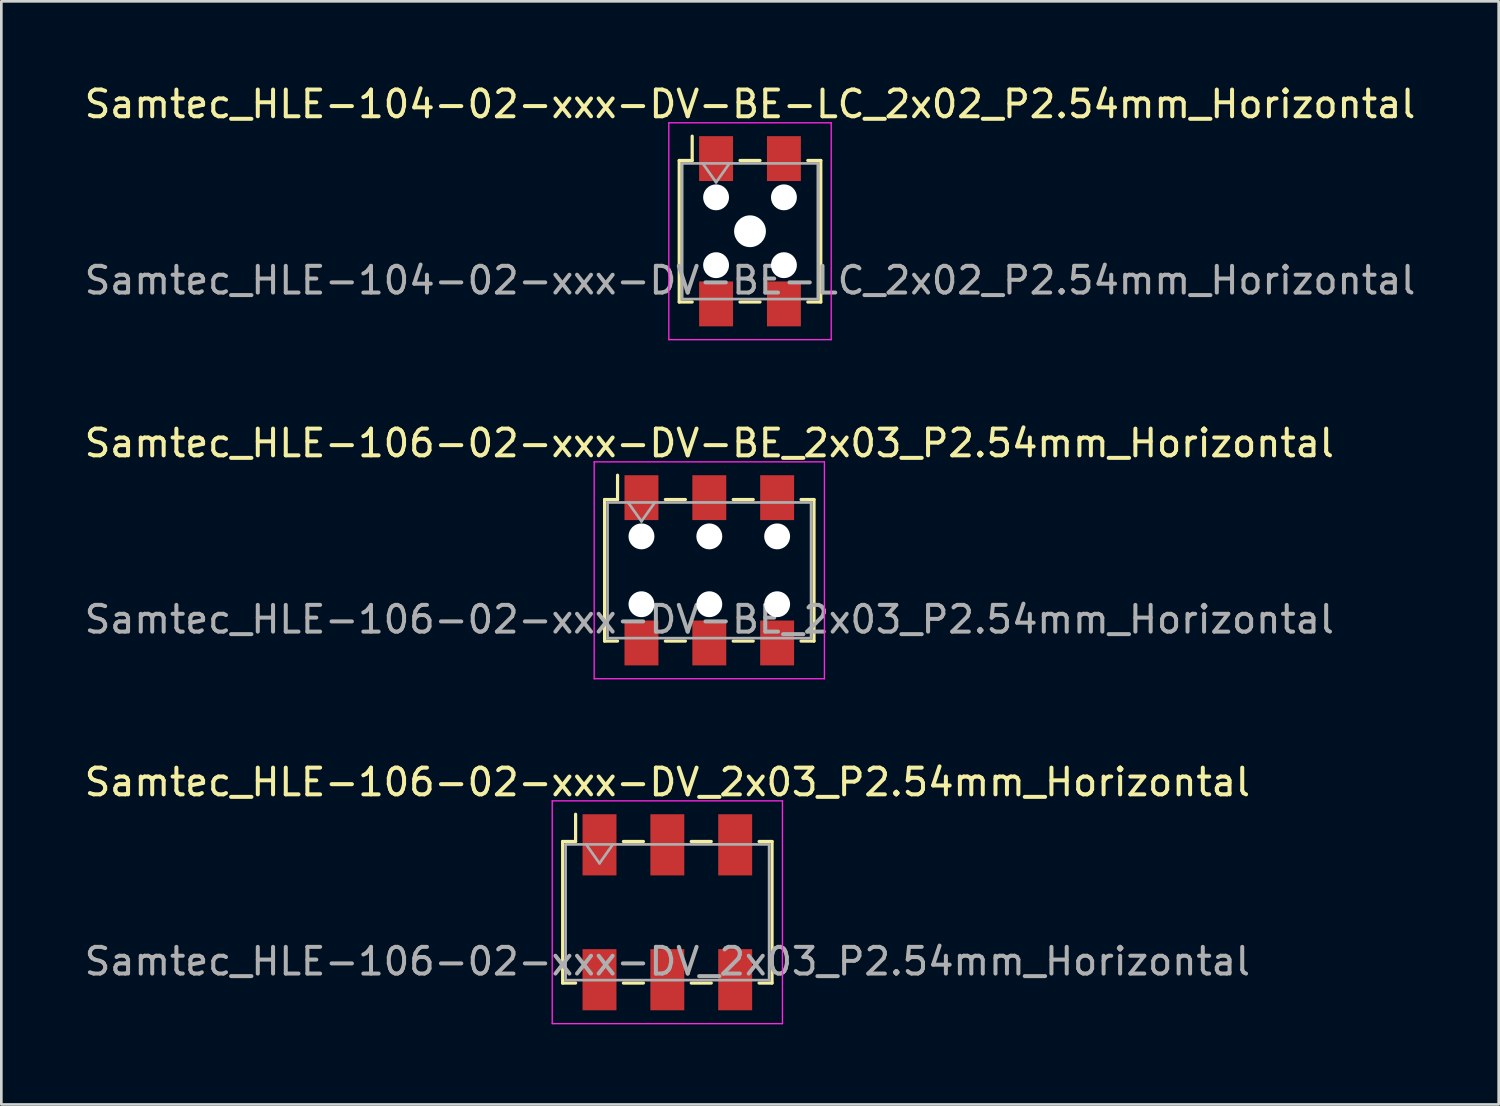
<source format=kicad_pcb>
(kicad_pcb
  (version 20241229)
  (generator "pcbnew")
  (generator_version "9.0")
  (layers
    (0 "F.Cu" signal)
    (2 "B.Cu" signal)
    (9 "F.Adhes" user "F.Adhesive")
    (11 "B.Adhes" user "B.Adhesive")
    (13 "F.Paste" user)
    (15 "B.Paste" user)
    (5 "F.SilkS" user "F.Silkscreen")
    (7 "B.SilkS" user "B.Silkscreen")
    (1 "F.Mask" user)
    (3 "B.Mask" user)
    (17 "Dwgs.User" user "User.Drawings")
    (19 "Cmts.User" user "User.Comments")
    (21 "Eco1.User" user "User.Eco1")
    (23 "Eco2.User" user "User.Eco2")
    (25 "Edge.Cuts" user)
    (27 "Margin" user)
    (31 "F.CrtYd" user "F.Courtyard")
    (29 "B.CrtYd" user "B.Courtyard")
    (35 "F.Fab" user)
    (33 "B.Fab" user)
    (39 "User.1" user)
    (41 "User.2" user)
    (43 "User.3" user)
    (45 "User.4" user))
  (footprint "Samtec_HLE-104-02-xxx-DV-BE-LC_2x02_P2.54mm_Horizontal"
    (layer "F.Cu")
    (at 25.03 5.608)
    (property "Reference" "Samtec_HLE-104-02-xxx-DV-BE-LC_2x02_P2.54mm_Horizontal" (at 0 -4.76 0) (layer "F.SilkS") (effects (font (size 1 1) (thickness 0.15))))
    (attr smd)
    (fp_line (start -2.65 -2.65) (end -2.65 2.65) (stroke (width 0.12) (type solid)) (layer "F.SilkS"))
    (fp_line (start -2.65 2.65) (end -2.165 2.65) (stroke (width 0.12) (type solid)) (layer "F.SilkS"))
    (fp_line (start -2.165 -3.56) (end -2.165 -2.65) (stroke (width 0.12) (type solid)) (layer "F.SilkS"))
    (fp_line (start -2.165 -2.65) (end -2.65 -2.65) (stroke (width 0.12) (type solid)) (layer "F.SilkS"))
    (fp_line (start -0.375 -2.65) (end 0.375 -2.65) (stroke (width 0.12) (type solid)) (layer "F.SilkS"))
    (fp_line (start -0.375 2.65) (end 0.375 2.65) (stroke (width 0.12) (type solid)) (layer "F.SilkS"))
    (fp_line (start 2.165 -2.65) (end 2.65 -2.65) (stroke (width 0.12) (type solid)) (layer "F.SilkS"))
    (fp_line (start 2.65 -2.65) (end 2.65 2.65) (stroke (width 0.12) (type solid)) (layer "F.SilkS"))
    (fp_line (start 2.65 2.65) (end 2.165 2.65) (stroke (width 0.12) (type solid)) (layer "F.SilkS"))
    (fp_line (start -3.04 -4.06) (end 3.04 -4.06) (stroke (width 0.05) (type solid)) (layer "F.CrtYd"))
    (fp_line (start -3.04 4.06) (end -3.04 -4.06) (stroke (width 0.05) (type solid)) (layer "F.CrtYd"))
    (fp_line (start 3.04 -4.06) (end 3.04 4.06) (stroke (width 0.05) (type solid)) (layer "F.CrtYd"))
    (fp_line (start 3.04 4.06) (end -3.04 4.06) (stroke (width 0.05) (type solid)) (layer "F.CrtYd"))
    (fp_line (start -2.54 -2.54) (end 2.54 -2.54) (stroke (width 0.1) (type solid)) (layer "F.Fab"))
    (fp_line (start -2.54 2.54) (end -2.54 -2.54) (stroke (width 0.1) (type solid)) (layer "F.Fab"))
    (fp_line (start -1.77 -2.54) (end -1.27 -1.833) (stroke (width 0.1) (type solid)) (layer "F.Fab"))
    (fp_line (start -1.27 -1.833) (end -0.77 -2.54) (stroke (width 0.1) (type solid)) (layer "F.Fab"))
    (fp_line (start 2.54 -2.54) (end 2.54 2.54) (stroke (width 0.1) (type solid)) (layer "F.Fab"))
    (fp_line (start 2.54 2.54) (end -2.54 2.54) (stroke (width 0.1) (type solid)) (layer "F.Fab"))
    (fp_text user "${REFERENCE}" (at 0 1.84 0) (layer "F.Fab") (effects (font (size 1 1) (thickness 0.15))))
    (pad "" np_thru_hole circle (at -1.27 -1.27) (size 0.97 0.97) (drill 0.97) (layers "*.Cu" "*.Mask"))
    (pad "" np_thru_hole circle (at -1.27 1.27) (size 0.97 0.97) (drill 0.97) (layers "*.Cu" "*.Mask"))
    (pad "" np_thru_hole circle (at 0 0) (size 1.19 1.19) (drill 1.19) (layers "*.Cu" "*.Mask"))
    (pad "" np_thru_hole circle (at 1.27 -1.27) (size 0.97 0.97) (drill 0.97) (layers "*.Cu" "*.Mask"))
    (pad "" np_thru_hole circle (at 1.27 1.27) (size 0.97 0.97) (drill 0.97) (layers "*.Cu" "*.Mask"))
    (pad "1" smd rect (at -1.27 -2.72) (size 1.27 1.68) (layers "F.Cu" "F.Mask" "F.Paste"))
    (pad "2" smd rect (at -1.27 2.72) (size 1.27 1.68) (layers "F.Cu" "F.Mask" "F.Paste"))
    (pad "3" smd rect (at 1.27 -2.72) (size 1.27 1.68) (layers "F.Cu" "F.Mask" "F.Paste"))
    (pad "4" smd rect (at 1.27 2.72) (size 1.27 1.68) (layers "F.Cu" "F.Mask" "F.Paste")))
  (footprint "Samtec_HLE-106-02-xxx-DV_2x03_P2.54mm_Horizontal"
    (layer "F.Cu")
    (at 21.935 31.105)
    (property "Reference" "Samtec_HLE-106-02-xxx-DV_2x03_P2.54mm_Horizontal" (at 0 -4.87 0) (layer "F.SilkS") (effects (font (size 1 1) (thickness 0.15))))
    (attr smd)
    (fp_line (start -3.92 -2.65) (end -3.92 2.65) (stroke (width 0.12) (type solid)) (layer "F.SilkS"))
    (fp_line (start -3.92 2.65) (end -3.435 2.65) (stroke (width 0.12) (type solid)) (layer "F.SilkS"))
    (fp_line (start -3.435 -3.67) (end -3.435 -2.65) (stroke (width 0.12) (type solid)) (layer "F.SilkS"))
    (fp_line (start -3.435 -2.65) (end -3.92 -2.65) (stroke (width 0.12) (type solid)) (layer "F.SilkS"))
    (fp_line (start -1.645 -2.65) (end -0.895 -2.65) (stroke (width 0.12) (type solid)) (layer "F.SilkS"))
    (fp_line (start -1.645 2.65) (end -0.895 2.65) (stroke (width 0.12) (type solid)) (layer "F.SilkS"))
    (fp_line (start 0.895 -2.65) (end 1.645 -2.65) (stroke (width 0.12) (type solid)) (layer "F.SilkS"))
    (fp_line (start 0.895 2.65) (end 1.645 2.65) (stroke (width 0.12) (type solid)) (layer "F.SilkS"))
    (fp_line (start 3.435 -2.65) (end 3.92 -2.65) (stroke (width 0.12) (type solid)) (layer "F.SilkS"))
    (fp_line (start 3.92 -2.65) (end 3.92 2.65) (stroke (width 0.12) (type solid)) (layer "F.SilkS"))
    (fp_line (start 3.92 2.65) (end 3.435 2.65) (stroke (width 0.12) (type solid)) (layer "F.SilkS"))
    (fp_line (start -4.31 -4.17) (end 4.31 -4.17) (stroke (width 0.05) (type solid)) (layer "F.CrtYd"))
    (fp_line (start -4.31 4.17) (end -4.31 -4.17) (stroke (width 0.05) (type solid)) (layer "F.CrtYd"))
    (fp_line (start 4.31 -4.17) (end 4.31 4.17) (stroke (width 0.05) (type solid)) (layer "F.CrtYd"))
    (fp_line (start 4.31 4.17) (end -4.31 4.17) (stroke (width 0.05) (type solid)) (layer "F.CrtYd"))
    (fp_line (start -3.81 -2.54) (end 3.81 -2.54) (stroke (width 0.1) (type solid)) (layer "F.Fab"))
    (fp_line (start -3.81 2.54) (end -3.81 -2.54) (stroke (width 0.1) (type solid)) (layer "F.Fab"))
    (fp_line (start -3.04 -2.54) (end -2.54 -1.833) (stroke (width 0.1) (type solid)) (layer "F.Fab"))
    (fp_line (start -2.54 -1.833) (end -2.04 -2.54) (stroke (width 0.1) (type solid)) (layer "F.Fab"))
    (fp_line (start 3.81 -2.54) (end 3.81 2.54) (stroke (width 0.1) (type solid)) (layer "F.Fab"))
    (fp_line (start 3.81 2.54) (end -3.81 2.54) (stroke (width 0.1) (type solid)) (layer "F.Fab"))
    (fp_text user "${REFERENCE}" (at 0 1.84 0) (layer "F.Fab") (effects (font (size 1 1) (thickness 0.15))))
    (pad "1" smd rect (at -2.54 -2.525) (size 1.27 2.29) (layers "F.Cu" "F.Mask" "F.Paste"))
    (pad "2" smd rect (at -2.54 2.525) (size 1.27 2.29) (layers "F.Cu" "F.Mask" "F.Paste"))
    (pad "3" smd rect (at 0 -2.525) (size 1.27 2.29) (layers "F.Cu" "F.Mask" "F.Paste"))
    (pad "4" smd rect (at 0 2.525) (size 1.27 2.29) (layers "F.Cu" "F.Mask" "F.Paste"))
    (pad "5" smd rect (at 2.54 -2.525) (size 1.27 2.29) (layers "F.Cu" "F.Mask" "F.Paste"))
    (pad "6" smd rect (at 2.54 2.525) (size 1.27 2.29) (layers "F.Cu" "F.Mask" "F.Paste")))
  (footprint "Samtec_HLE-106-02-xxx-DV-BE_2x03_P2.54mm_Horizontal"
    (layer "F.Cu")
    (at 23.506 18.302)
    (property "Reference" "Samtec_HLE-106-02-xxx-DV-BE_2x03_P2.54mm_Horizontal" (at 0 -4.76 0) (layer "F.SilkS") (effects (font (size 1 1) (thickness 0.15))))
    (attr smd)
    (fp_line (start -3.92 -2.65) (end -3.92 2.65) (stroke (width 0.12) (type solid)) (layer "F.SilkS"))
    (fp_line (start -3.92 2.65) (end -3.435 2.65) (stroke (width 0.12) (type solid)) (layer "F.SilkS"))
    (fp_line (start -3.435 -3.56) (end -3.435 -2.65) (stroke (width 0.12) (type solid)) (layer "F.SilkS"))
    (fp_line (start -3.435 -2.65) (end -3.92 -2.65) (stroke (width 0.12) (type solid)) (layer "F.SilkS"))
    (fp_line (start -1.645 -2.65) (end -0.895 -2.65) (stroke (width 0.12) (type solid)) (layer "F.SilkS"))
    (fp_line (start -1.645 2.65) (end -0.895 2.65) (stroke (width 0.12) (type solid)) (layer "F.SilkS"))
    (fp_line (start 0.895 -2.65) (end 1.645 -2.65) (stroke (width 0.12) (type solid)) (layer "F.SilkS"))
    (fp_line (start 0.895 2.65) (end 1.645 2.65) (stroke (width 0.12) (type solid)) (layer "F.SilkS"))
    (fp_line (start 3.435 -2.65) (end 3.92 -2.65) (stroke (width 0.12) (type solid)) (layer "F.SilkS"))
    (fp_line (start 3.92 -2.65) (end 3.92 2.65) (stroke (width 0.12) (type solid)) (layer "F.SilkS"))
    (fp_line (start 3.92 2.65) (end 3.435 2.65) (stroke (width 0.12) (type solid)) (layer "F.SilkS"))
    (fp_line (start -4.31 -4.06) (end 4.31 -4.06) (stroke (width 0.05) (type solid)) (layer "F.CrtYd"))
    (fp_line (start -4.31 4.06) (end -4.31 -4.06) (stroke (width 0.05) (type solid)) (layer "F.CrtYd"))
    (fp_line (start 4.31 -4.06) (end 4.31 4.06) (stroke (width 0.05) (type solid)) (layer "F.CrtYd"))
    (fp_line (start 4.31 4.06) (end -4.31 4.06) (stroke (width 0.05) (type solid)) (layer "F.CrtYd"))
    (fp_line (start -3.81 -2.54) (end 3.81 -2.54) (stroke (width 0.1) (type solid)) (layer "F.Fab"))
    (fp_line (start -3.81 2.54) (end -3.81 -2.54) (stroke (width 0.1) (type solid)) (layer "F.Fab"))
    (fp_line (start -3.04 -2.54) (end -2.54 -1.833) (stroke (width 0.1) (type solid)) (layer "F.Fab"))
    (fp_line (start -2.54 -1.833) (end -2.04 -2.54) (stroke (width 0.1) (type solid)) (layer "F.Fab"))
    (fp_line (start 3.81 -2.54) (end 3.81 2.54) (stroke (width 0.1) (type solid)) (layer "F.Fab"))
    (fp_line (start 3.81 2.54) (end -3.81 2.54) (stroke (width 0.1) (type solid)) (layer "F.Fab"))
    (fp_text user "${REFERENCE}" (at 0 1.84 0) (layer "F.Fab") (effects (font (size 1 1) (thickness 0.15))))
    (pad "" np_thru_hole circle (at -2.54 -1.27) (size 0.97 0.97) (drill 0.97) (layers "*.Cu" "*.Mask"))
    (pad "" np_thru_hole circle (at -2.54 1.27) (size 0.97 0.97) (drill 0.97) (layers "*.Cu" "*.Mask"))
    (pad "" np_thru_hole circle (at 0 -1.27) (size 0.97 0.97) (drill 0.97) (layers "*.Cu" "*.Mask"))
    (pad "" np_thru_hole circle (at 0 1.27) (size 0.97 0.97) (drill 0.97) (layers "*.Cu" "*.Mask"))
    (pad "" np_thru_hole circle (at 2.54 -1.27) (size 0.97 0.97) (drill 0.97) (layers "*.Cu" "*.Mask"))
    (pad "" np_thru_hole circle (at 2.54 1.27) (size 0.97 0.97) (drill 0.97) (layers "*.Cu" "*.Mask"))
    (pad "1" smd rect (at -2.54 -2.72) (size 1.27 1.68) (layers "F.Cu" "F.Mask" "F.Paste"))
    (pad "2" smd rect (at -2.54 2.72) (size 1.27 1.68) (layers "F.Cu" "F.Mask" "F.Paste"))
    (pad "3" smd rect (at 0 -2.72) (size 1.27 1.68) (layers "F.Cu" "F.Mask" "F.Paste"))
    (pad "4" smd rect (at 0 2.72) (size 1.27 1.68) (layers "F.Cu" "F.Mask" "F.Paste"))
    (pad "5" smd rect (at 2.54 -2.72) (size 1.27 1.68) (layers "F.Cu" "F.Mask" "F.Paste"))
    (pad "6" smd rect (at 2.54 2.72) (size 1.27 1.68) (layers "F.Cu" "F.Mask" "F.Paste")))
  (gr_rect
    (start -3 -3)
    (end 53.06 38.3)
    (stroke (width 0.1) (type default))
    (fill no)
    (layer "Edge.Cuts")))
</source>
